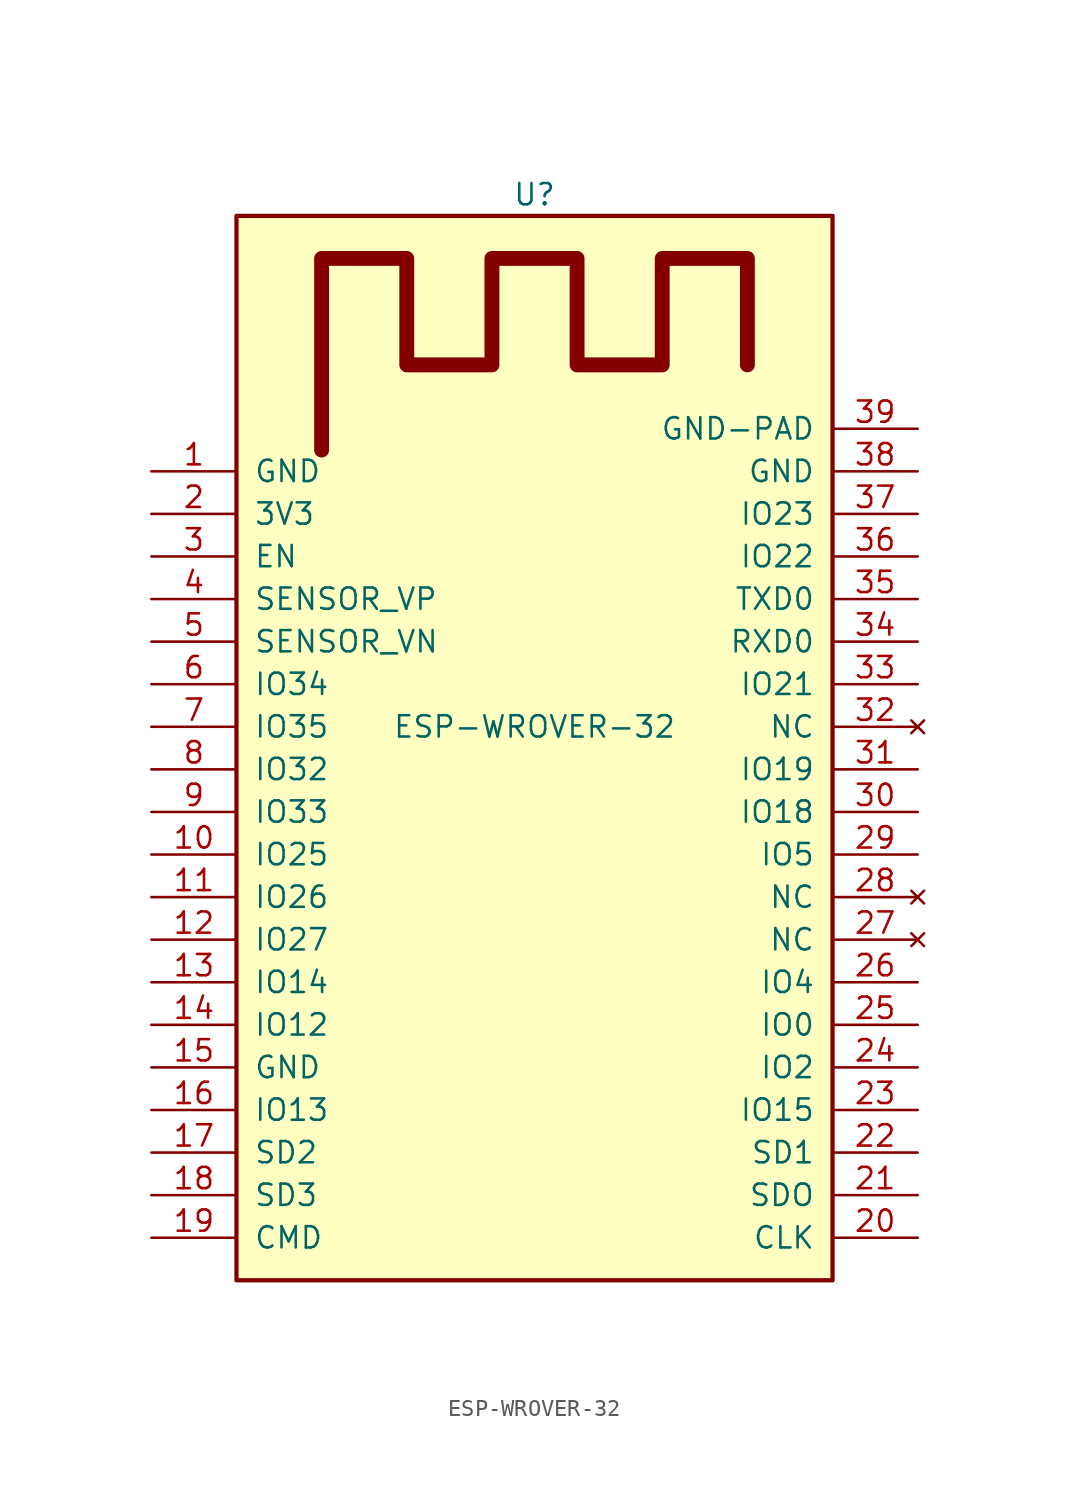
<source format=kicad_sym>
(kicad_symbol_lib
  (version 20211014)
  (generator kicad_symbol_editor)
  (symbol "ESP-WROVER-32"
    (pin_names
      (offset 1.016))
    (property "Reference" "U"
      (at 0 31.75 0)
      (effects (font (size 1.27 1.27))))
    (property "Value" "ESP-WROVER-32"
      (at 0 0 0)
      (effects (font (size 1.27 1.27))))
    (symbol "ESP-WROVER-32_0_1"
      (rectangle (start -17.78 30.48) (end 17.78 -33.02) (stroke (width 0.254) (type default) (color 0 0 0 0)) (fill (type background)))
      (polyline (pts (xy -12.7 16.51) (xy -12.7 27.94) (xy -7.62 27.94) (xy -7.62 21.59) (xy -2.54 21.59) (xy -2.54 27.94) (xy 2.54 27.94) (xy 2.54 21.59) (xy 7.62 21.59) (xy 7.62 27.94) (xy 12.7 27.94) (xy 12.7 21.59)) (stroke (width 0.889) (type default) (color 0 0 0 0)) (fill (type none))))
    (symbol "ESP-WROVER-32_1_1"
      (pin power_out line (at -22.86 15.24 0) (length 5.08) (name "GND" (effects (font (size 1.27 1.27)))) (number "1" (effects (font (size 1.27 1.27)))))
      (pin bidirectional line (at -22.86 -7.62 0) (length 5.08) (name "IO25" (effects (font (size 1.27 1.27)))) (number "10" (effects (font (size 1.27 1.27)))))
      (pin bidirectional line (at -22.86 -10.16 0) (length 5.08) (name "IO26" (effects (font (size 1.27 1.27)))) (number "11" (effects (font (size 1.27 1.27)))))
      (pin bidirectional line (at -22.86 -12.7 0) (length 5.08) (name "IO27" (effects (font (size 1.27 1.27)))) (number "12" (effects (font (size 1.27 1.27)))))
      (pin bidirectional line (at -22.86 -15.24 0) (length 5.08) (name "IO14" (effects (font (size 1.27 1.27)))) (number "13" (effects (font (size 1.27 1.27)))))
      (pin bidirectional line (at -22.86 -17.78 0) (length 5.08) (name "IO12" (effects (font (size 1.27 1.27)))) (number "14" (effects (font (size 1.27 1.27)))))
      (pin power_in line (at -22.86 -20.32 0) (length 5.08) (name "GND" (effects (font (size 1.27 1.27)))) (number "15" (effects (font (size 1.27 1.27)))))
      (pin bidirectional line (at -22.86 -22.86 0) (length 5.08) (name "IO13" (effects (font (size 1.27 1.27)))) (number "16" (effects (font (size 1.27 1.27)))))
      (pin bidirectional line (at -22.86 -25.4 0) (length 5.08) (name "SD2" (effects (font (size 1.27 1.27)))) (number "17" (effects (font (size 1.27 1.27)))))
      (pin bidirectional line (at -22.86 -27.94 0) (length 5.08) (name "SD3" (effects (font (size 1.27 1.27)))) (number "18" (effects (font (size 1.27 1.27)))))
      (pin bidirectional line (at -22.86 -30.48 0) (length 5.08) (name "CMD" (effects (font (size 1.27 1.27)))) (number "19" (effects (font (size 1.27 1.27)))))
      (pin power_in line (at -22.86 12.7 0) (length 5.08) (name "3V3" (effects (font (size 1.27 1.27)))) (number "2" (effects (font (size 1.27 1.27)))))
      (pin input line (at 22.86 -30.48 180) (length 5.08) (name "CLK" (effects (font (size 1.27 1.27)))) (number "20" (effects (font (size 1.27 1.27)))))
      (pin bidirectional line (at 22.86 -27.94 180) (length 5.08) (name "SDO" (effects (font (size 1.27 1.27)))) (number "21" (effects (font (size 1.27 1.27)))))
      (pin bidirectional line (at 22.86 -25.4 180) (length 5.08) (name "SD1" (effects (font (size 1.27 1.27)))) (number "22" (effects (font (size 1.27 1.27)))))
      (pin bidirectional line (at 22.86 -22.86 180) (length 5.08) (name "IO15" (effects (font (size 1.27 1.27)))) (number "23" (effects (font (size 1.27 1.27)))))
      (pin bidirectional line (at 22.86 -20.32 180) (length 5.08) (name "IO2" (effects (font (size 1.27 1.27)))) (number "24" (effects (font (size 1.27 1.27)))))
      (pin bidirectional line (at 22.86 -17.78 180) (length 5.08) (name "IO0" (effects (font (size 1.27 1.27)))) (number "25" (effects (font (size 1.27 1.27)))))
      (pin input line (at 22.86 -15.24 180) (length 5.08) (name "IO4" (effects (font (size 1.27 1.27)))) (number "26" (effects (font (size 1.27 1.27)))))
      (pin no_connect line (at 22.86 -12.7 180) (length 5.08) (name "NC" (effects (font (size 1.27 1.27)))) (number "27" (effects (font (size 1.27 1.27)))))
      (pin no_connect line (at 22.86 -10.16 180) (length 5.08) (name "NC" (effects (font (size 1.27 1.27)))) (number "28" (effects (font (size 1.27 1.27)))))
      (pin bidirectional line (at 22.86 -7.62 180) (length 5.08) (name "IO5" (effects (font (size 1.27 1.27)))) (number "29" (effects (font (size 1.27 1.27)))))
      (pin input line (at -22.86 10.16 0) (length 5.08) (name "EN" (effects (font (size 1.27 1.27)))) (number "3" (effects (font (size 1.27 1.27)))))
      (pin input line (at 22.86 -5.08 180) (length 5.08) (name "IO18" (effects (font (size 1.27 1.27)))) (number "30" (effects (font (size 1.27 1.27)))))
      (pin bidirectional line (at 22.86 -2.54 180) (length 5.08) (name "IO19" (effects (font (size 1.27 1.27)))) (number "31" (effects (font (size 1.27 1.27)))))
      (pin no_connect line (at 22.86 0 180) (length 5.08) (name "NC" (effects (font (size 1.27 1.27)))) (number "32" (effects (font (size 1.27 1.27)))))
      (pin bidirectional line (at 22.86 2.54 180) (length 5.08) (name "IO21" (effects (font (size 1.27 1.27)))) (number "33" (effects (font (size 1.27 1.27)))))
      (pin bidirectional line (at 22.86 5.08 180) (length 5.08) (name "RXD0" (effects (font (size 1.27 1.27)))) (number "34" (effects (font (size 1.27 1.27)))))
      (pin bidirectional line (at 22.86 7.62 180) (length 5.08) (name "TXD0" (effects (font (size 1.27 1.27)))) (number "35" (effects (font (size 1.27 1.27)))))
      (pin bidirectional line (at 22.86 10.16 180) (length 5.08) (name "IO22" (effects (font (size 1.27 1.27)))) (number "36" (effects (font (size 1.27 1.27)))))
      (pin bidirectional line (at 22.86 12.7 180) (length 5.08) (name "IO23" (effects (font (size 1.27 1.27)))) (number "37" (effects (font (size 1.27 1.27)))))
      (pin power_in line (at 22.86 15.24 180) (length 5.08) (name "GND" (effects (font (size 1.27 1.27)))) (number "38" (effects (font (size 1.27 1.27)))))
      (pin power_in line (at 22.86 17.78 180) (length 5.08) (name "GND-PAD" (effects (font (size 1.27 1.27)))) (number "39" (effects (font (size 1.27 1.27)))))
      (pin input line (at -22.86 7.62 0) (length 5.08) (name "SENSOR_VP" (effects (font (size 1.27 1.27)))) (number "4" (effects (font (size 1.27 1.27)))))
      (pin input line (at -22.86 5.08 0) (length 5.08) (name "SENSOR_VN" (effects (font (size 1.27 1.27)))) (number "5" (effects (font (size 1.27 1.27)))))
      (pin bidirectional line (at -22.86 2.54 0) (length 5.08) (name "IO34" (effects (font (size 1.27 1.27)))) (number "6" (effects (font (size 1.27 1.27)))))
      (pin bidirectional line (at -22.86 0 0) (length 5.08) (name "IO35" (effects (font (size 1.27 1.27)))) (number "7" (effects (font (size 1.27 1.27)))))
      (pin bidirectional line (at -22.86 -2.54 0) (length 5.08) (name "IO32" (effects (font (size 1.27 1.27)))) (number "8" (effects (font (size 1.27 1.27)))))
      (pin bidirectional line (at -22.86 -5.08 0) (length 5.08) (name "IO33" (effects (font (size 1.27 1.27)))) (number "9" (effects (font (size 1.27 1.27))))))))
</source>
